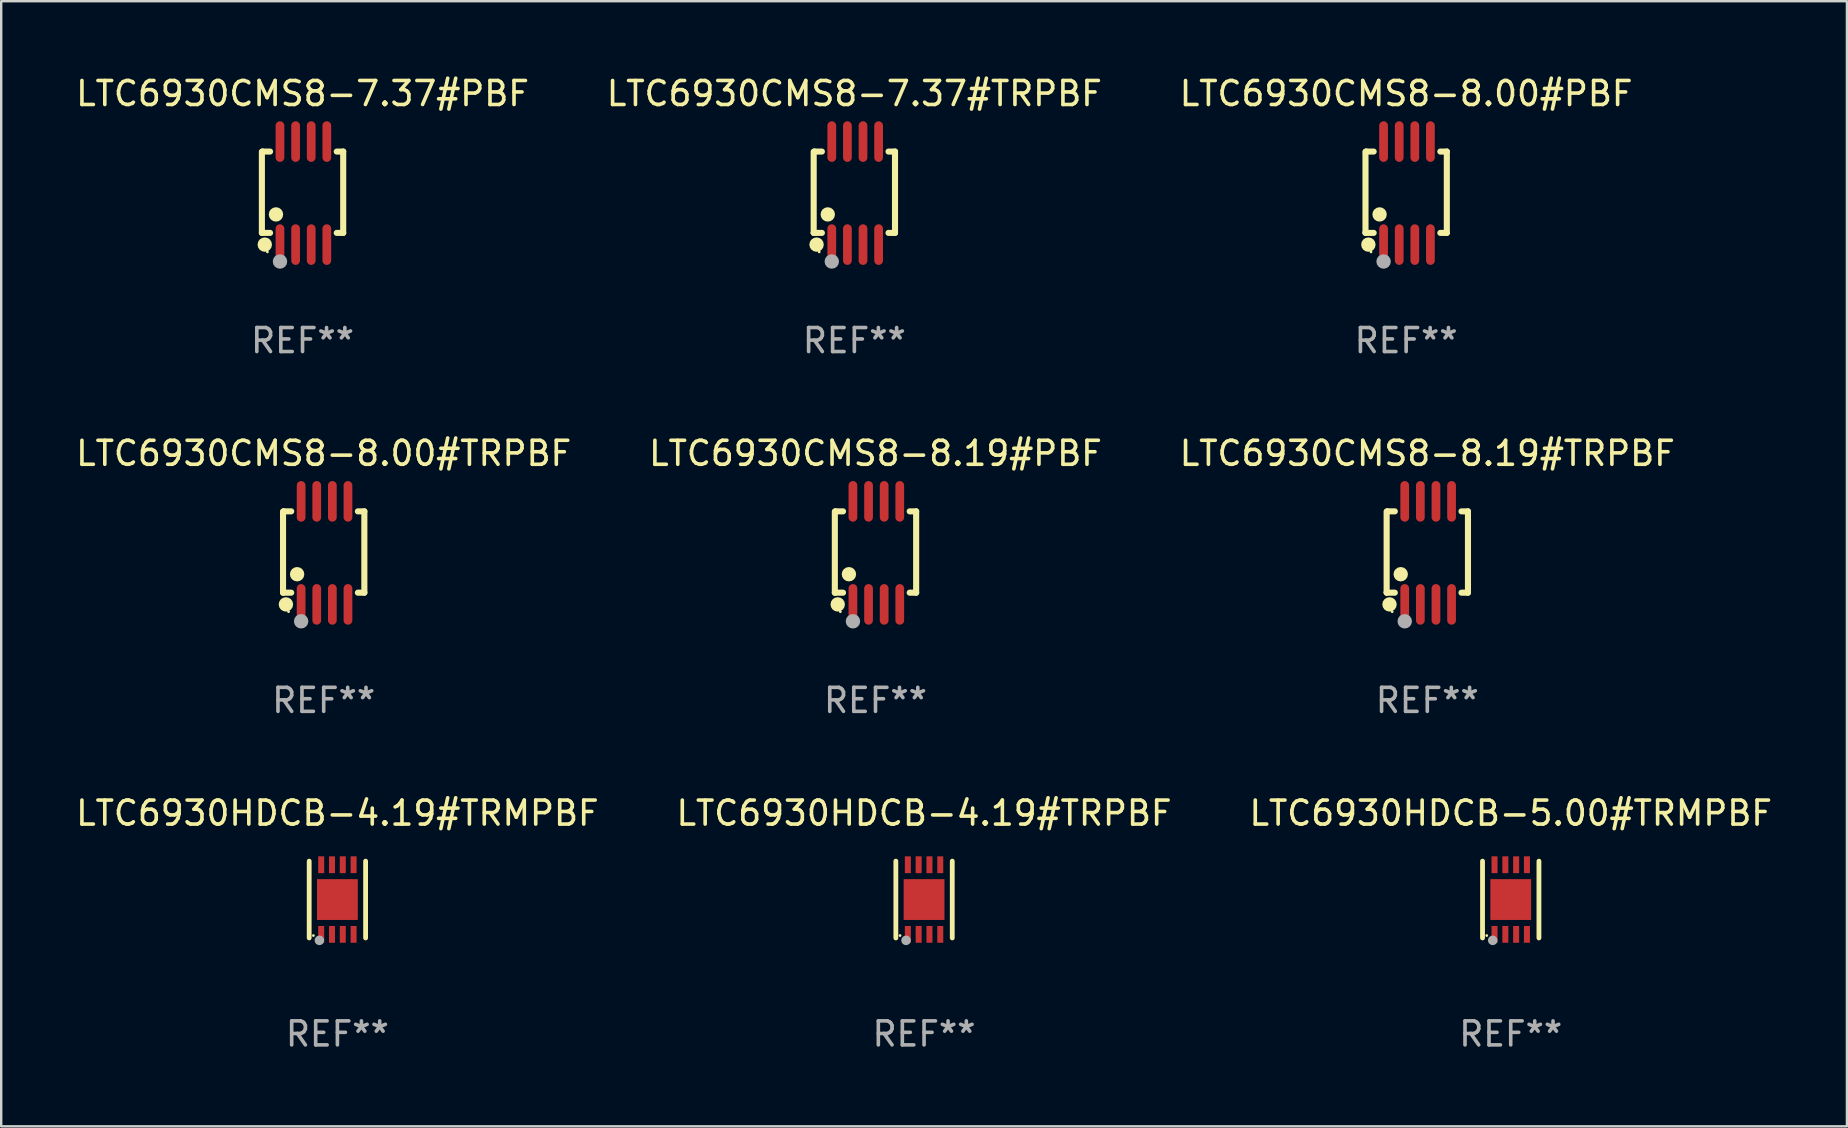
<source format=kicad_pcb>
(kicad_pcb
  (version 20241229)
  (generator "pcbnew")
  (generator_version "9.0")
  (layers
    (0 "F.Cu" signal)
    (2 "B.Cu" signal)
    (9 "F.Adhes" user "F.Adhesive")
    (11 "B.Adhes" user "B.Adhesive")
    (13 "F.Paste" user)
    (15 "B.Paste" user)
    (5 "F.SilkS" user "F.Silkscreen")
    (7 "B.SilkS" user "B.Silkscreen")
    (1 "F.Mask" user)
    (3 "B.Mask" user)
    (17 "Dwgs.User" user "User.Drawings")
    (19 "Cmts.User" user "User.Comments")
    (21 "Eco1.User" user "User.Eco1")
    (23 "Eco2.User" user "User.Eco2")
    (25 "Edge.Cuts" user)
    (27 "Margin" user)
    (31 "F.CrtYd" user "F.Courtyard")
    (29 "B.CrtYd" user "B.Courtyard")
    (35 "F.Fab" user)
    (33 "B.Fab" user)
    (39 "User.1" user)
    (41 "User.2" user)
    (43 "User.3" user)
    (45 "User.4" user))
  (footprint "LTC6930CMS8-8.00#TRPBF"
    (layer "F.Cu")
    (at 10.435 19.983)
    (property "Reference" "LTC6930CMS8-8.00#TRPBF" (at 0 -4.146 0) (layer "F.SilkS") (effects (font (size 1 1) (thickness 0.15))))
    (attr through_hole)
    (fp_line (start -1.694 -1.724) (end -1.694 1.652) (stroke (width 0.254) (type solid)) (layer "F.SilkS"))
    (fp_line (start -1.694 1.652) (end -1.688 1.658) (stroke (width 0.254) (type solid)) (layer "F.SilkS"))
    (fp_line (start -1.688 1.658) (end -1.353 1.658) (stroke (width 0.254) (type solid)) (layer "F.SilkS"))
    (fp_line (start -1.661 -1.73) (end -1.681 -1.71) (stroke (width 0.254) (type solid)) (layer "F.SilkS"))
    (fp_line (start -1.353 -1.73) (end -1.661 -1.73) (stroke (width 0.254) (type solid)) (layer "F.SilkS"))
    (fp_line (start 1.424 1.658) (end 1.694 1.658) (stroke (width 0.254) (type solid)) (layer "F.SilkS"))
    (fp_line (start 1.694 -1.73) (end 1.424 -1.73) (stroke (width 0.254) (type solid)) (layer "F.SilkS"))
    (fp_line (start 1.694 1.658) (end 1.694 -1.73) (stroke (width 0.254) (type solid)) (layer "F.SilkS"))
    (fp_circle (center -1.574 2.146) (end -1.424 2.146) (stroke (width 0.3) (type solid)) (fill no) (layer "F.SilkS"))
    (fp_circle (center -1.464 2.45) (end -1.434 2.45) (stroke (width 0.06) (type solid)) (fill no) (layer "F.SilkS"))
    (fp_circle (center -1.107 0.889) (end -0.957 0.889) (stroke (width 0.3) (type solid)) (fill no) (layer "F.SilkS"))
    (fp_circle (center -0.94 2.85) (end -0.789 2.85) (stroke (width 0.3) (type solid)) (fill no) (layer "F.Fab"))
    (fp_text user "REF**" (at 0 6.146 0) (layer "F.Fab") (effects (font (size 1 1) (thickness 0.15))))
    (pad "1" smd oval (at -0.94 2.146) (size 0.364 1.692) (layers "F.Cu" "F.Mask" "F.Paste"))
    (pad "2" smd oval (at -0.289 2.146) (size 0.364 1.692) (layers "F.Cu" "F.Mask" "F.Paste"))
    (pad "3" smd oval (at 0.361 2.146) (size 0.364 1.692) (layers "F.Cu" "F.Mask" "F.Paste"))
    (pad "4" smd oval (at 1.011 2.146) (size 0.364 1.692) (layers "F.Cu" "F.Mask" "F.Paste"))
    (pad "5" smd oval (at 1.011 -2.146) (size 0.364 1.692) (layers "F.Cu" "F.Mask" "F.Paste"))
    (pad "6" smd oval (at 0.361 -2.146) (size 0.364 1.692) (layers "F.Cu" "F.Mask" "F.Paste"))
    (pad "7" smd oval (at -0.289 -2.146) (size 0.364 1.692) (layers "F.Cu" "F.Mask" "F.Paste"))
    (pad "8" smd oval (at -0.94 -2.146) (size 0.364 1.692) (layers "F.Cu" "F.Mask" "F.Paste")))
  (footprint "LTC6930CMS8-7.37#TRPBF"
    (layer "F.Cu")
    (at 32.542 4.994)
    (property "Reference" "LTC6930CMS8-7.37#TRPBF" (at 0 -4.146 0) (layer "F.SilkS") (effects (font (size 1 1) (thickness 0.15))))
    (attr through_hole)
    (fp_line (start -1.694 -1.724) (end -1.694 1.652) (stroke (width 0.254) (type solid)) (layer "F.SilkS"))
    (fp_line (start -1.694 1.652) (end -1.688 1.658) (stroke (width 0.254) (type solid)) (layer "F.SilkS"))
    (fp_line (start -1.688 1.658) (end -1.353 1.658) (stroke (width 0.254) (type solid)) (layer "F.SilkS"))
    (fp_line (start -1.661 -1.73) (end -1.681 -1.71) (stroke (width 0.254) (type solid)) (layer "F.SilkS"))
    (fp_line (start -1.353 -1.73) (end -1.661 -1.73) (stroke (width 0.254) (type solid)) (layer "F.SilkS"))
    (fp_line (start 1.424 1.658) (end 1.694 1.658) (stroke (width 0.254) (type solid)) (layer "F.SilkS"))
    (fp_line (start 1.694 -1.73) (end 1.424 -1.73) (stroke (width 0.254) (type solid)) (layer "F.SilkS"))
    (fp_line (start 1.694 1.658) (end 1.694 -1.73) (stroke (width 0.254) (type solid)) (layer "F.SilkS"))
    (fp_circle (center -1.574 2.146) (end -1.424 2.146) (stroke (width 0.3) (type solid)) (fill no) (layer "F.SilkS"))
    (fp_circle (center -1.464 2.45) (end -1.434 2.45) (stroke (width 0.06) (type solid)) (fill no) (layer "F.SilkS"))
    (fp_circle (center -1.107 0.889) (end -0.957 0.889) (stroke (width 0.3) (type solid)) (fill no) (layer "F.SilkS"))
    (fp_circle (center -0.94 2.85) (end -0.789 2.85) (stroke (width 0.3) (type solid)) (fill no) (layer "F.Fab"))
    (fp_text user "REF**" (at 0 6.146 0) (layer "F.Fab") (effects (font (size 1 1) (thickness 0.15))))
    (pad "1" smd oval (at -0.94 2.146) (size 0.364 1.692) (layers "F.Cu" "F.Mask" "F.Paste"))
    (pad "2" smd oval (at -0.289 2.146) (size 0.364 1.692) (layers "F.Cu" "F.Mask" "F.Paste"))
    (pad "3" smd oval (at 0.361 2.146) (size 0.364 1.692) (layers "F.Cu" "F.Mask" "F.Paste"))
    (pad "4" smd oval (at 1.011 2.146) (size 0.364 1.692) (layers "F.Cu" "F.Mask" "F.Paste"))
    (pad "5" smd oval (at 1.011 -2.146) (size 0.364 1.692) (layers "F.Cu" "F.Mask" "F.Paste"))
    (pad "6" smd oval (at 0.361 -2.146) (size 0.364 1.692) (layers "F.Cu" "F.Mask" "F.Paste"))
    (pad "7" smd oval (at -0.289 -2.146) (size 0.364 1.692) (layers "F.Cu" "F.Mask" "F.Paste"))
    (pad "8" smd oval (at -0.94 -2.146) (size 0.364 1.692) (layers "F.Cu" "F.Mask" "F.Paste")))
  (footprint "LTC6930CMS8-8.19#PBF"
    (layer "F.Cu")
    (at 33.423 19.983)
    (property "Reference" "LTC6930CMS8-8.19#PBF" (at 0 -4.146 0) (layer "F.SilkS") (effects (font (size 1 1) (thickness 0.15))))
    (attr through_hole)
    (fp_line (start -1.694 -1.724) (end -1.694 1.652) (stroke (width 0.254) (type solid)) (layer "F.SilkS"))
    (fp_line (start -1.694 1.652) (end -1.688 1.658) (stroke (width 0.254) (type solid)) (layer "F.SilkS"))
    (fp_line (start -1.688 1.658) (end -1.353 1.658) (stroke (width 0.254) (type solid)) (layer "F.SilkS"))
    (fp_line (start -1.661 -1.73) (end -1.681 -1.71) (stroke (width 0.254) (type solid)) (layer "F.SilkS"))
    (fp_line (start -1.353 -1.73) (end -1.661 -1.73) (stroke (width 0.254) (type solid)) (layer "F.SilkS"))
    (fp_line (start 1.424 1.658) (end 1.694 1.658) (stroke (width 0.254) (type solid)) (layer "F.SilkS"))
    (fp_line (start 1.694 -1.73) (end 1.424 -1.73) (stroke (width 0.254) (type solid)) (layer "F.SilkS"))
    (fp_line (start 1.694 1.658) (end 1.694 -1.73) (stroke (width 0.254) (type solid)) (layer "F.SilkS"))
    (fp_circle (center -1.574 2.146) (end -1.424 2.146) (stroke (width 0.3) (type solid)) (fill no) (layer "F.SilkS"))
    (fp_circle (center -1.464 2.45) (end -1.434 2.45) (stroke (width 0.06) (type solid)) (fill no) (layer "F.SilkS"))
    (fp_circle (center -1.107 0.889) (end -0.957 0.889) (stroke (width 0.3) (type solid)) (fill no) (layer "F.SilkS"))
    (fp_circle (center -0.94 2.85) (end -0.789 2.85) (stroke (width 0.3) (type solid)) (fill no) (layer "F.Fab"))
    (fp_text user "REF**" (at 0 6.146 0) (layer "F.Fab") (effects (font (size 1 1) (thickness 0.15))))
    (pad "1" smd oval (at -0.94 2.146) (size 0.364 1.692) (layers "F.Cu" "F.Mask" "F.Paste"))
    (pad "2" smd oval (at -0.289 2.146) (size 0.364 1.692) (layers "F.Cu" "F.Mask" "F.Paste"))
    (pad "3" smd oval (at 0.361 2.146) (size 0.364 1.692) (layers "F.Cu" "F.Mask" "F.Paste"))
    (pad "4" smd oval (at 1.011 2.146) (size 0.364 1.692) (layers "F.Cu" "F.Mask" "F.Paste"))
    (pad "5" smd oval (at 1.011 -2.146) (size 0.364 1.692) (layers "F.Cu" "F.Mask" "F.Paste"))
    (pad "6" smd oval (at 0.361 -2.146) (size 0.364 1.692) (layers "F.Cu" "F.Mask" "F.Paste"))
    (pad "7" smd oval (at -0.289 -2.146) (size 0.364 1.692) (layers "F.Cu" "F.Mask" "F.Paste"))
    (pad "8" smd oval (at -0.94 -2.146) (size 0.364 1.692) (layers "F.Cu" "F.Mask" "F.Paste")))
  (footprint "LTC6930HDCB-4.19#TRMPBF"
    (layer "F.Cu")
    (at 11.006 34.425)
    (property "Reference" "LTC6930HDCB-4.19#TRMPBF" (at 0 -3.6 0) (layer "F.SilkS") (effects (font (size 1 1) (thickness 0.15))))
    (attr through_hole)
    (fp_line (start -1.175 1.6) (end -1.175 -1.6) (stroke (width 0.2) (type solid)) (layer "F.SilkS"))
    (fp_line (start 1.175 1.6) (end 1.175 -1.6) (stroke (width 0.2) (type solid)) (layer "F.SilkS"))
    (fp_circle (center -1 1.5) (end -0.97 1.5) (stroke (width 0.06) (type solid)) (fill no) (layer "F.SilkS"))
    (fp_circle (center -0.75 1.7) (end -0.65 1.7) (stroke (width 0.2) (type solid)) (fill no) (layer "F.Fab"))
    (fp_text user "REF**" (at 0 5.6 0) (layer "F.Fab") (effects (font (size 1 1) (thickness 0.15))))
    (pad "1" smd rect (at -0.675 1.45 90) (size 0.7 0.25) (layers "F.Cu" "F.Mask" "F.Paste"))
    (pad "2" smd rect (at -0.225 1.45 90) (size 0.7 0.25) (layers "F.Cu" "F.Mask" "F.Paste"))
    (pad "3" smd rect (at 0.225 1.45 90) (size 0.7 0.25) (layers "F.Cu" "F.Mask" "F.Paste"))
    (pad "4" smd rect (at 0.675 1.45 90) (size 0.7 0.25) (layers "F.Cu" "F.Mask" "F.Paste"))
    (pad "5" smd rect (at 0.675 -1.45 90) (size 0.7 0.25) (layers "F.Cu" "F.Mask" "F.Paste"))
    (pad "6" smd rect (at 0.225 -1.45 90) (size 0.7 0.25) (layers "F.Cu" "F.Mask" "F.Paste"))
    (pad "7" smd rect (at -0.225 -1.45 90) (size 0.7 0.25) (layers "F.Cu" "F.Mask" "F.Paste"))
    (pad "8" smd rect (at -0.675 -1.45 90) (size 0.7 0.25) (layers "F.Cu" "F.Mask" "F.Paste"))
    (pad "9" smd rect (at 0.000127 0 90) (size 1.7 1.7) (layers "F.Cu" "F.Mask" "F.Paste")))
  (footprint "LTC6930CMS8-8.19#TRPBF"
    (layer "F.Cu")
    (at 56.411 19.983)
    (property "Reference" "LTC6930CMS8-8.19#TRPBF" (at 0 -4.146 0) (layer "F.SilkS") (effects (font (size 1 1) (thickness 0.15))))
    (attr through_hole)
    (fp_line (start -1.694 -1.724) (end -1.694 1.652) (stroke (width 0.254) (type solid)) (layer "F.SilkS"))
    (fp_line (start -1.694 1.652) (end -1.688 1.658) (stroke (width 0.254) (type solid)) (layer "F.SilkS"))
    (fp_line (start -1.688 1.658) (end -1.353 1.658) (stroke (width 0.254) (type solid)) (layer "F.SilkS"))
    (fp_line (start -1.661 -1.73) (end -1.681 -1.71) (stroke (width 0.254) (type solid)) (layer "F.SilkS"))
    (fp_line (start -1.353 -1.73) (end -1.661 -1.73) (stroke (width 0.254) (type solid)) (layer "F.SilkS"))
    (fp_line (start 1.424 1.658) (end 1.694 1.658) (stroke (width 0.254) (type solid)) (layer "F.SilkS"))
    (fp_line (start 1.694 -1.73) (end 1.424 -1.73) (stroke (width 0.254) (type solid)) (layer "F.SilkS"))
    (fp_line (start 1.694 1.658) (end 1.694 -1.73) (stroke (width 0.254) (type solid)) (layer "F.SilkS"))
    (fp_circle (center -1.574 2.146) (end -1.424 2.146) (stroke (width 0.3) (type solid)) (fill no) (layer "F.SilkS"))
    (fp_circle (center -1.464 2.45) (end -1.434 2.45) (stroke (width 0.06) (type solid)) (fill no) (layer "F.SilkS"))
    (fp_circle (center -1.107 0.889) (end -0.957 0.889) (stroke (width 0.3) (type solid)) (fill no) (layer "F.SilkS"))
    (fp_circle (center -0.94 2.85) (end -0.789 2.85) (stroke (width 0.3) (type solid)) (fill no) (layer "F.Fab"))
    (fp_text user "REF**" (at 0 6.146 0) (layer "F.Fab") (effects (font (size 1 1) (thickness 0.15))))
    (pad "1" smd oval (at -0.94 2.146) (size 0.364 1.692) (layers "F.Cu" "F.Mask" "F.Paste"))
    (pad "2" smd oval (at -0.289 2.146) (size 0.364 1.692) (layers "F.Cu" "F.Mask" "F.Paste"))
    (pad "3" smd oval (at 0.361 2.146) (size 0.364 1.692) (layers "F.Cu" "F.Mask" "F.Paste"))
    (pad "4" smd oval (at 1.011 2.146) (size 0.364 1.692) (layers "F.Cu" "F.Mask" "F.Paste"))
    (pad "5" smd oval (at 1.011 -2.146) (size 0.364 1.692) (layers "F.Cu" "F.Mask" "F.Paste"))
    (pad "6" smd oval (at 0.361 -2.146) (size 0.364 1.692) (layers "F.Cu" "F.Mask" "F.Paste"))
    (pad "7" smd oval (at -0.289 -2.146) (size 0.364 1.692) (layers "F.Cu" "F.Mask" "F.Paste"))
    (pad "8" smd oval (at -0.94 -2.146) (size 0.364 1.692) (layers "F.Cu" "F.Mask" "F.Paste")))
  (footprint "LTC6930HDCB-4.19#TRPBF"
    (layer "F.Cu")
    (at 35.446 34.425)
    (property "Reference" "LTC6930HDCB-4.19#TRPBF" (at 0 -3.6 0) (layer "F.SilkS") (effects (font (size 1 1) (thickness 0.15))))
    (attr through_hole)
    (fp_line (start -1.175 1.6) (end -1.175 -1.6) (stroke (width 0.2) (type solid)) (layer "F.SilkS"))
    (fp_line (start 1.175 1.6) (end 1.175 -1.6) (stroke (width 0.2) (type solid)) (layer "F.SilkS"))
    (fp_circle (center -1 1.5) (end -0.97 1.5) (stroke (width 0.06) (type solid)) (fill no) (layer "F.SilkS"))
    (fp_circle (center -0.75 1.7) (end -0.65 1.7) (stroke (width 0.2) (type solid)) (fill no) (layer "F.Fab"))
    (fp_text user "REF**" (at 0 5.6 0) (layer "F.Fab") (effects (font (size 1 1) (thickness 0.15))))
    (pad "1" smd rect (at -0.675 1.45 90) (size 0.7 0.25) (layers "F.Cu" "F.Mask" "F.Paste"))
    (pad "2" smd rect (at -0.225 1.45 90) (size 0.7 0.25) (layers "F.Cu" "F.Mask" "F.Paste"))
    (pad "3" smd rect (at 0.225 1.45 90) (size 0.7 0.25) (layers "F.Cu" "F.Mask" "F.Paste"))
    (pad "4" smd rect (at 0.675 1.45 90) (size 0.7 0.25) (layers "F.Cu" "F.Mask" "F.Paste"))
    (pad "5" smd rect (at 0.675 -1.45 90) (size 0.7 0.25) (layers "F.Cu" "F.Mask" "F.Paste"))
    (pad "6" smd rect (at 0.225 -1.45 90) (size 0.7 0.25) (layers "F.Cu" "F.Mask" "F.Paste"))
    (pad "7" smd rect (at -0.225 -1.45 90) (size 0.7 0.25) (layers "F.Cu" "F.Mask" "F.Paste"))
    (pad "8" smd rect (at -0.675 -1.45 90) (size 0.7 0.25) (layers "F.Cu" "F.Mask" "F.Paste"))
    (pad "9" smd rect (at 0.000127 0 90) (size 1.7 1.7) (layers "F.Cu" "F.Mask" "F.Paste")))
  (footprint "LTC6930HDCB-5.00#TRMPBF"
    (layer "F.Cu")
    (at 59.887 34.425)
    (property "Reference" "LTC6930HDCB-5.00#TRMPBF" (at 0 -3.6 0) (layer "F.SilkS") (effects (font (size 1 1) (thickness 0.15))))
    (attr through_hole)
    (fp_line (start -1.175 1.6) (end -1.175 -1.6) (stroke (width 0.2) (type solid)) (layer "F.SilkS"))
    (fp_line (start 1.175 1.6) (end 1.175 -1.6) (stroke (width 0.2) (type solid)) (layer "F.SilkS"))
    (fp_circle (center -1 1.5) (end -0.97 1.5) (stroke (width 0.06) (type solid)) (fill no) (layer "F.SilkS"))
    (fp_circle (center -0.75 1.7) (end -0.65 1.7) (stroke (width 0.2) (type solid)) (fill no) (layer "F.Fab"))
    (fp_text user "REF**" (at 0 5.6 0) (layer "F.Fab") (effects (font (size 1 1) (thickness 0.15))))
    (pad "1" smd rect (at -0.675 1.45 90) (size 0.7 0.25) (layers "F.Cu" "F.Mask" "F.Paste"))
    (pad "2" smd rect (at -0.225 1.45 90) (size 0.7 0.25) (layers "F.Cu" "F.Mask" "F.Paste"))
    (pad "3" smd rect (at 0.225 1.45 90) (size 0.7 0.25) (layers "F.Cu" "F.Mask" "F.Paste"))
    (pad "4" smd rect (at 0.675 1.45 90) (size 0.7 0.25) (layers "F.Cu" "F.Mask" "F.Paste"))
    (pad "5" smd rect (at 0.675 -1.45 90) (size 0.7 0.25) (layers "F.Cu" "F.Mask" "F.Paste"))
    (pad "6" smd rect (at 0.225 -1.45 90) (size 0.7 0.25) (layers "F.Cu" "F.Mask" "F.Paste"))
    (pad "7" smd rect (at -0.225 -1.45 90) (size 0.7 0.25) (layers "F.Cu" "F.Mask" "F.Paste"))
    (pad "8" smd rect (at -0.675 -1.45 90) (size 0.7 0.25) (layers "F.Cu" "F.Mask" "F.Paste"))
    (pad "9" smd rect (at 0.000127 0 90) (size 1.7 1.7) (layers "F.Cu" "F.Mask" "F.Paste")))
  (footprint "LTC6930CMS8-7.37#PBF"
    (layer "F.Cu")
    (at 9.554 4.994)
    (property "Reference" "LTC6930CMS8-7.37#PBF" (at 0 -4.146 0) (layer "F.SilkS") (effects (font (size 1 1) (thickness 0.15))))
    (attr through_hole)
    (fp_line (start -1.694 -1.724) (end -1.694 1.652) (stroke (width 0.254) (type solid)) (layer "F.SilkS"))
    (fp_line (start -1.694 1.652) (end -1.688 1.658) (stroke (width 0.254) (type solid)) (layer "F.SilkS"))
    (fp_line (start -1.688 1.658) (end -1.353 1.658) (stroke (width 0.254) (type solid)) (layer "F.SilkS"))
    (fp_line (start -1.661 -1.73) (end -1.681 -1.71) (stroke (width 0.254) (type solid)) (layer "F.SilkS"))
    (fp_line (start -1.353 -1.73) (end -1.661 -1.73) (stroke (width 0.254) (type solid)) (layer "F.SilkS"))
    (fp_line (start 1.424 1.658) (end 1.694 1.658) (stroke (width 0.254) (type solid)) (layer "F.SilkS"))
    (fp_line (start 1.694 -1.73) (end 1.424 -1.73) (stroke (width 0.254) (type solid)) (layer "F.SilkS"))
    (fp_line (start 1.694 1.658) (end 1.694 -1.73) (stroke (width 0.254) (type solid)) (layer "F.SilkS"))
    (fp_circle (center -1.574 2.146) (end -1.424 2.146) (stroke (width 0.3) (type solid)) (fill no) (layer "F.SilkS"))
    (fp_circle (center -1.464 2.45) (end -1.434 2.45) (stroke (width 0.06) (type solid)) (fill no) (layer "F.SilkS"))
    (fp_circle (center -1.107 0.889) (end -0.957 0.889) (stroke (width 0.3) (type solid)) (fill no) (layer "F.SilkS"))
    (fp_circle (center -0.94 2.85) (end -0.789 2.85) (stroke (width 0.3) (type solid)) (fill no) (layer "F.Fab"))
    (fp_text user "REF**" (at 0 6.146 0) (layer "F.Fab") (effects (font (size 1 1) (thickness 0.15))))
    (pad "1" smd oval (at -0.94 2.146) (size 0.364 1.692) (layers "F.Cu" "F.Mask" "F.Paste"))
    (pad "2" smd oval (at -0.289 2.146) (size 0.364 1.692) (layers "F.Cu" "F.Mask" "F.Paste"))
    (pad "3" smd oval (at 0.361 2.146) (size 0.364 1.692) (layers "F.Cu" "F.Mask" "F.Paste"))
    (pad "4" smd oval (at 1.011 2.146) (size 0.364 1.692) (layers "F.Cu" "F.Mask" "F.Paste"))
    (pad "5" smd oval (at 1.011 -2.146) (size 0.364 1.692) (layers "F.Cu" "F.Mask" "F.Paste"))
    (pad "6" smd oval (at 0.361 -2.146) (size 0.364 1.692) (layers "F.Cu" "F.Mask" "F.Paste"))
    (pad "7" smd oval (at -0.289 -2.146) (size 0.364 1.692) (layers "F.Cu" "F.Mask" "F.Paste"))
    (pad "8" smd oval (at -0.94 -2.146) (size 0.364 1.692) (layers "F.Cu" "F.Mask" "F.Paste")))
  (footprint "LTC6930CMS8-8.00#PBF"
    (layer "F.Cu")
    (at 55.53 4.994)
    (property "Reference" "LTC6930CMS8-8.00#PBF" (at 0 -4.146 0) (layer "F.SilkS") (effects (font (size 1 1) (thickness 0.15))))
    (attr through_hole)
    (fp_line (start -1.694 -1.724) (end -1.694 1.652) (stroke (width 0.254) (type solid)) (layer "F.SilkS"))
    (fp_line (start -1.694 1.652) (end -1.688 1.658) (stroke (width 0.254) (type solid)) (layer "F.SilkS"))
    (fp_line (start -1.688 1.658) (end -1.353 1.658) (stroke (width 0.254) (type solid)) (layer "F.SilkS"))
    (fp_line (start -1.661 -1.73) (end -1.681 -1.71) (stroke (width 0.254) (type solid)) (layer "F.SilkS"))
    (fp_line (start -1.353 -1.73) (end -1.661 -1.73) (stroke (width 0.254) (type solid)) (layer "F.SilkS"))
    (fp_line (start 1.424 1.658) (end 1.694 1.658) (stroke (width 0.254) (type solid)) (layer "F.SilkS"))
    (fp_line (start 1.694 -1.73) (end 1.424 -1.73) (stroke (width 0.254) (type solid)) (layer "F.SilkS"))
    (fp_line (start 1.694 1.658) (end 1.694 -1.73) (stroke (width 0.254) (type solid)) (layer "F.SilkS"))
    (fp_circle (center -1.574 2.146) (end -1.424 2.146) (stroke (width 0.3) (type solid)) (fill no) (layer "F.SilkS"))
    (fp_circle (center -1.464 2.45) (end -1.434 2.45) (stroke (width 0.06) (type solid)) (fill no) (layer "F.SilkS"))
    (fp_circle (center -1.107 0.889) (end -0.957 0.889) (stroke (width 0.3) (type solid)) (fill no) (layer "F.SilkS"))
    (fp_circle (center -0.94 2.85) (end -0.789 2.85) (stroke (width 0.3) (type solid)) (fill no) (layer "F.Fab"))
    (fp_text user "REF**" (at 0 6.146 0) (layer "F.Fab") (effects (font (size 1 1) (thickness 0.15))))
    (pad "1" smd oval (at -0.94 2.146) (size 0.364 1.692) (layers "F.Cu" "F.Mask" "F.Paste"))
    (pad "2" smd oval (at -0.289 2.146) (size 0.364 1.692) (layers "F.Cu" "F.Mask" "F.Paste"))
    (pad "3" smd oval (at 0.361 2.146) (size 0.364 1.692) (layers "F.Cu" "F.Mask" "F.Paste"))
    (pad "4" smd oval (at 1.011 2.146) (size 0.364 1.692) (layers "F.Cu" "F.Mask" "F.Paste"))
    (pad "5" smd oval (at 1.011 -2.146) (size 0.364 1.692) (layers "F.Cu" "F.Mask" "F.Paste"))
    (pad "6" smd oval (at 0.361 -2.146) (size 0.364 1.692) (layers "F.Cu" "F.Mask" "F.Paste"))
    (pad "7" smd oval (at -0.289 -2.146) (size 0.364 1.692) (layers "F.Cu" "F.Mask" "F.Paste"))
    (pad "8" smd oval (at -0.94 -2.146) (size 0.364 1.692) (layers "F.Cu" "F.Mask" "F.Paste")))
  (gr_rect
    (start -3 -3)
    (end 73.893 43.874)
    (stroke (width 0.1) (type default))
    (fill no)
    (layer "Edge.Cuts")))
</source>
